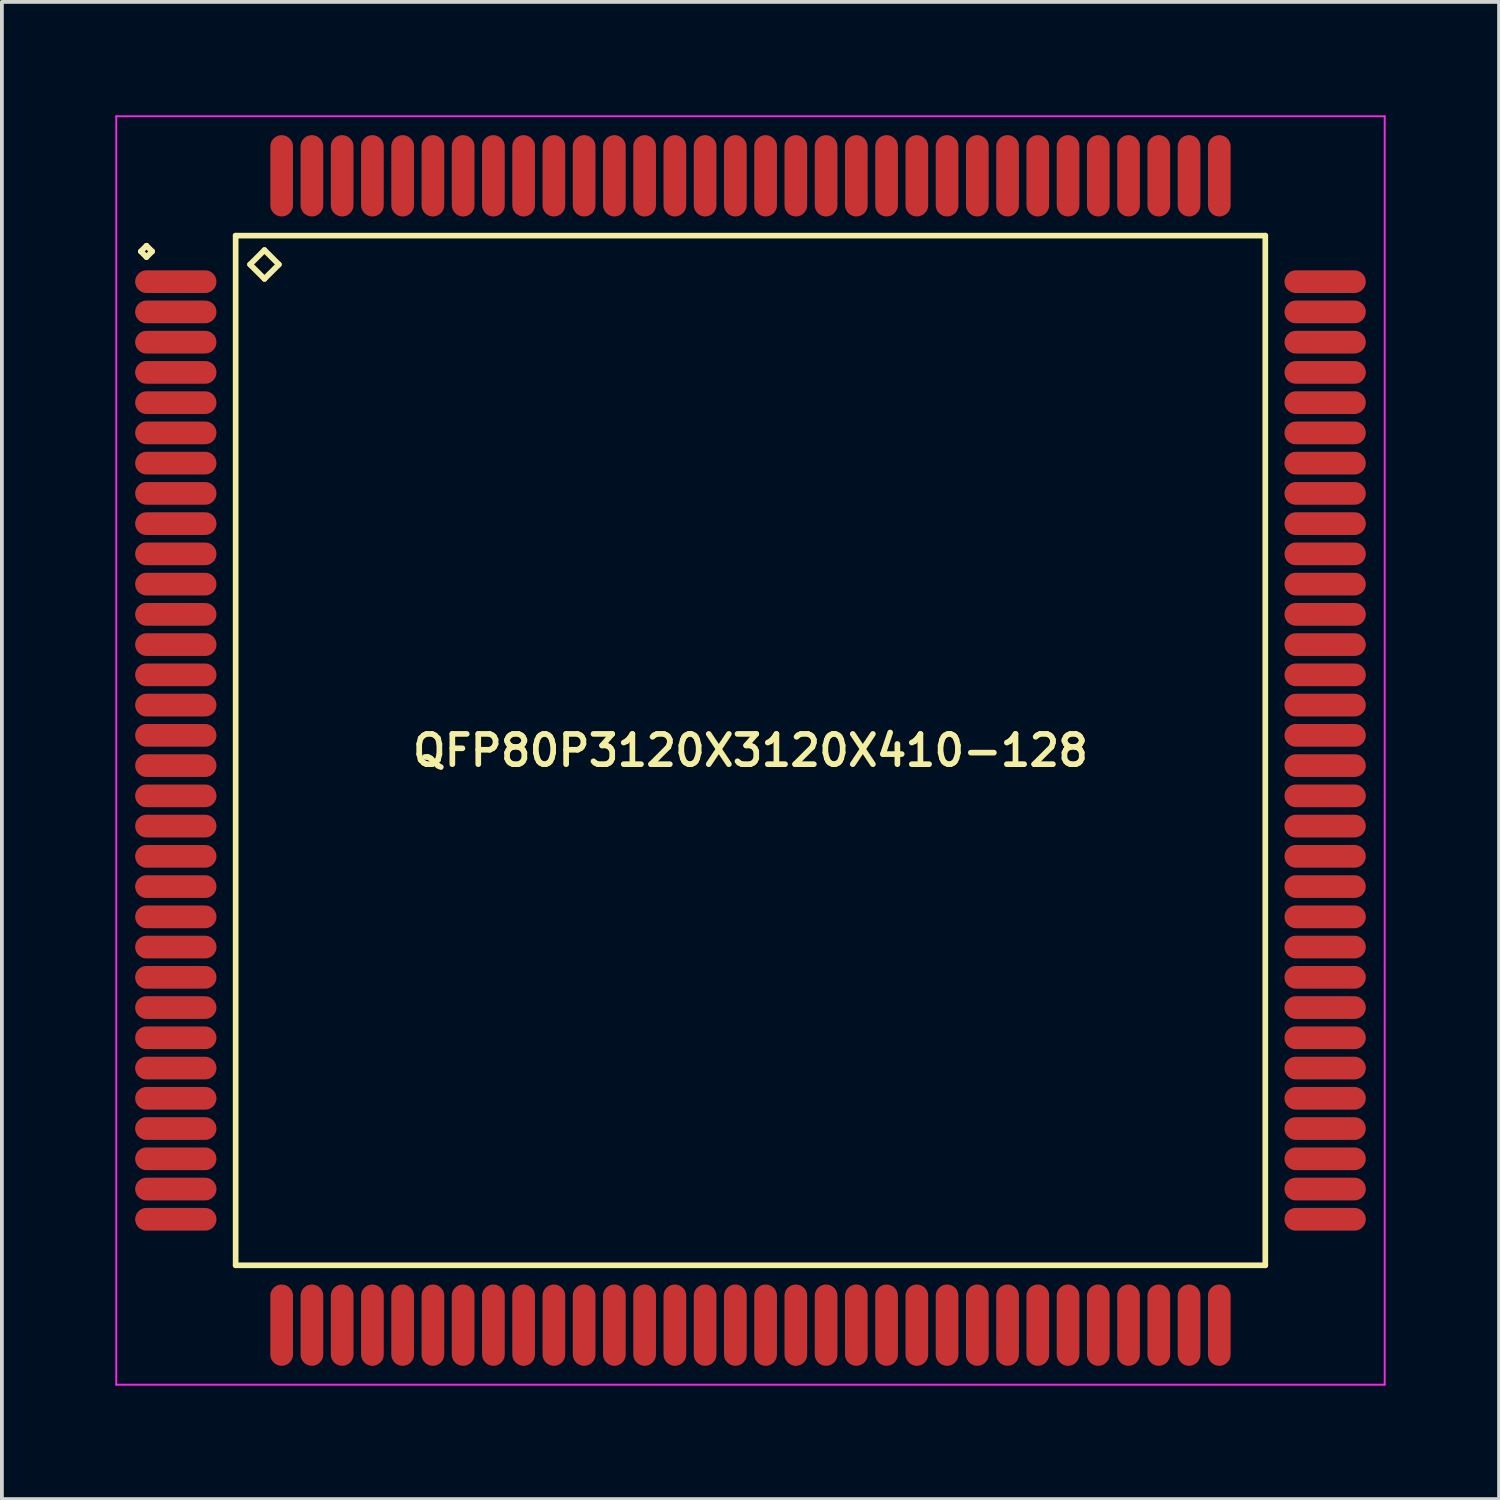
<source format=kicad_pcb>
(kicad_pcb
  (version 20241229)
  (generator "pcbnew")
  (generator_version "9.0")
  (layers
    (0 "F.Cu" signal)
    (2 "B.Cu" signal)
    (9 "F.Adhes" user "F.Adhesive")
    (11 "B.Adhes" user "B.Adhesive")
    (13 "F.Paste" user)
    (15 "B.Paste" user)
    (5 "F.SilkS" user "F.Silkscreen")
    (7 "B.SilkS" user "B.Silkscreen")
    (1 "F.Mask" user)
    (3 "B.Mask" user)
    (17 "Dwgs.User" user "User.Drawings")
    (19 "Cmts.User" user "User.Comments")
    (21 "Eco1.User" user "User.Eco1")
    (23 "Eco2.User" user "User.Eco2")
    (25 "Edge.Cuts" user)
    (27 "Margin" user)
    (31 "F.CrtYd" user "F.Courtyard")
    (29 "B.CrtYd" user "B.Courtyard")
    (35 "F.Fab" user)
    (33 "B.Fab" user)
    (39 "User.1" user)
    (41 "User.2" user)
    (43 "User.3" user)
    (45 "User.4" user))
  (footprint "QFP80P3120X3120X410-128"
    (layer "F.Cu")
    (at 16.8 16.8)
    (property "Reference" "QFP80P3120X3120X410-128" (at 0 0 0) (layer "F.SilkS") (effects (font (size 0.8 0.8) (thickness 0.15))))
    (attr smd)
    (fp_line (start -16.125 -13.2) (end -15.975 -13.35) (stroke (width 0.15) (type solid)) (layer "F.SilkS"))
    (fp_line (start -15.975 -13.35) (end -15.825 -13.2) (stroke (width 0.15) (type solid)) (layer "F.SilkS"))
    (fp_line (start -15.975 -13.05) (end -16.125 -13.2) (stroke (width 0.15) (type solid)) (layer "F.SilkS"))
    (fp_line (start -15.825 -13.2) (end -15.975 -13.05) (stroke (width 0.15) (type solid)) (layer "F.SilkS"))
    (fp_line (start -13.617 -13.617) (end -13.617 13.617) (stroke (width 0.15) (type solid)) (layer "F.SilkS"))
    (fp_line (start -13.617 13.617) (end 13.617 13.617) (stroke (width 0.15) (type solid)) (layer "F.SilkS"))
    (fp_line (start -13.236 -12.855) (end -12.855 -13.236) (stroke (width 0.15) (type solid)) (layer "F.SilkS"))
    (fp_line (start -12.855 -13.236) (end -12.474 -12.855) (stroke (width 0.15) (type solid)) (layer "F.SilkS"))
    (fp_line (start -12.855 -12.474) (end -13.236 -12.855) (stroke (width 0.15) (type solid)) (layer "F.SilkS"))
    (fp_line (start -12.474 -12.855) (end -12.855 -12.474) (stroke (width 0.15) (type solid)) (layer "F.SilkS"))
    (fp_line (start 13.617 -13.617) (end -13.617 -13.617) (stroke (width 0.15) (type solid)) (layer "F.SilkS"))
    (fp_line (start 13.617 13.617) (end 13.617 -13.617) (stroke (width 0.15) (type solid)) (layer "F.SilkS"))
    (fp_line (start -16.775 -16.775) (end 16.775 -16.775) (stroke (width 0.05) (type solid)) (layer "F.CrtYd"))
    (fp_line (start -16.775 16.775) (end -16.775 -16.775) (stroke (width 0.05) (type solid)) (layer "F.CrtYd"))
    (fp_line (start 16.775 -16.775) (end 16.775 16.775) (stroke (width 0.05) (type solid)) (layer "F.CrtYd"))
    (fp_line (start 16.775 16.775) (end -16.775 16.775) (stroke (width 0.05) (type solid)) (layer "F.CrtYd"))
    (pad "1" smd oval (at -15.2 -12.4) (size 2.15 0.6) (layers "F.Cu" "F.Mask" "F.Paste"))
    (pad "2" smd oval (at -15.2 -11.6) (size 2.15 0.6) (layers "F.Cu" "F.Mask" "F.Paste"))
    (pad "3" smd oval (at -15.2 -10.8) (size 2.15 0.6) (layers "F.Cu" "F.Mask" "F.Paste"))
    (pad "4" smd oval (at -15.2 -10) (size 2.15 0.6) (layers "F.Cu" "F.Mask" "F.Paste"))
    (pad "5" smd oval (at -15.2 -9.2) (size 2.15 0.6) (layers "F.Cu" "F.Mask" "F.Paste"))
    (pad "6" smd oval (at -15.2 -8.4) (size 2.15 0.6) (layers "F.Cu" "F.Mask" "F.Paste"))
    (pad "7" smd oval (at -15.2 -7.6) (size 2.15 0.6) (layers "F.Cu" "F.Mask" "F.Paste"))
    (pad "8" smd oval (at -15.2 -6.8) (size 2.15 0.6) (layers "F.Cu" "F.Mask" "F.Paste"))
    (pad "9" smd oval (at -15.2 -6) (size 2.15 0.6) (layers "F.Cu" "F.Mask" "F.Paste"))
    (pad "10" smd oval (at -15.2 -5.2) (size 2.15 0.6) (layers "F.Cu" "F.Mask" "F.Paste"))
    (pad "11" smd oval (at -15.2 -4.4) (size 2.15 0.6) (layers "F.Cu" "F.Mask" "F.Paste"))
    (pad "12" smd oval (at -15.2 -3.6) (size 2.15 0.6) (layers "F.Cu" "F.Mask" "F.Paste"))
    (pad "13" smd oval (at -15.2 -2.8) (size 2.15 0.6) (layers "F.Cu" "F.Mask" "F.Paste"))
    (pad "14" smd oval (at -15.2 -2) (size 2.15 0.6) (layers "F.Cu" "F.Mask" "F.Paste"))
    (pad "15" smd oval (at -15.2 -1.2) (size 2.15 0.6) (layers "F.Cu" "F.Mask" "F.Paste"))
    (pad "16" smd oval (at -15.2 -0.4) (size 2.15 0.6) (layers "F.Cu" "F.Mask" "F.Paste"))
    (pad "17" smd oval (at -15.2 0.4) (size 2.15 0.6) (layers "F.Cu" "F.Mask" "F.Paste"))
    (pad "18" smd oval (at -15.2 1.2) (size 2.15 0.6) (layers "F.Cu" "F.Mask" "F.Paste"))
    (pad "19" smd oval (at -15.2 2) (size 2.15 0.6) (layers "F.Cu" "F.Mask" "F.Paste"))
    (pad "20" smd oval (at -15.2 2.8) (size 2.15 0.6) (layers "F.Cu" "F.Mask" "F.Paste"))
    (pad "21" smd oval (at -15.2 3.6) (size 2.15 0.6) (layers "F.Cu" "F.Mask" "F.Paste"))
    (pad "22" smd oval (at -15.2 4.4) (size 2.15 0.6) (layers "F.Cu" "F.Mask" "F.Paste"))
    (pad "23" smd oval (at -15.2 5.2) (size 2.15 0.6) (layers "F.Cu" "F.Mask" "F.Paste"))
    (pad "24" smd oval (at -15.2 6) (size 2.15 0.6) (layers "F.Cu" "F.Mask" "F.Paste"))
    (pad "25" smd oval (at -15.2 6.8) (size 2.15 0.6) (layers "F.Cu" "F.Mask" "F.Paste"))
    (pad "26" smd oval (at -15.2 7.6) (size 2.15 0.6) (layers "F.Cu" "F.Mask" "F.Paste"))
    (pad "27" smd oval (at -15.2 8.4) (size 2.15 0.6) (layers "F.Cu" "F.Mask" "F.Paste"))
    (pad "28" smd oval (at -15.2 9.2) (size 2.15 0.6) (layers "F.Cu" "F.Mask" "F.Paste"))
    (pad "29" smd oval (at -15.2 10) (size 2.15 0.6) (layers "F.Cu" "F.Mask" "F.Paste"))
    (pad "30" smd oval (at -15.2 10.8) (size 2.15 0.6) (layers "F.Cu" "F.Mask" "F.Paste"))
    (pad "31" smd oval (at -15.2 11.6) (size 2.15 0.6) (layers "F.Cu" "F.Mask" "F.Paste"))
    (pad "32" smd oval (at -15.2 12.4) (size 2.15 0.6) (layers "F.Cu" "F.Mask" "F.Paste"))
    (pad "33" smd oval (at -12.4 15.2) (size 0.6 2.15) (layers "F.Cu" "F.Mask" "F.Paste"))
    (pad "34" smd oval (at -11.6 15.2) (size 0.6 2.15) (layers "F.Cu" "F.Mask" "F.Paste"))
    (pad "35" smd oval (at -10.8 15.2) (size 0.6 2.15) (layers "F.Cu" "F.Mask" "F.Paste"))
    (pad "36" smd oval (at -10 15.2) (size 0.6 2.15) (layers "F.Cu" "F.Mask" "F.Paste"))
    (pad "37" smd oval (at -9.2 15.2) (size 0.6 2.15) (layers "F.Cu" "F.Mask" "F.Paste"))
    (pad "38" smd oval (at -8.4 15.2) (size 0.6 2.15) (layers "F.Cu" "F.Mask" "F.Paste"))
    (pad "39" smd oval (at -7.6 15.2) (size 0.6 2.15) (layers "F.Cu" "F.Mask" "F.Paste"))
    (pad "40" smd oval (at -6.8 15.2) (size 0.6 2.15) (layers "F.Cu" "F.Mask" "F.Paste"))
    (pad "41" smd oval (at -6 15.2) (size 0.6 2.15) (layers "F.Cu" "F.Mask" "F.Paste"))
    (pad "42" smd oval (at -5.2 15.2) (size 0.6 2.15) (layers "F.Cu" "F.Mask" "F.Paste"))
    (pad "43" smd oval (at -4.4 15.2) (size 0.6 2.15) (layers "F.Cu" "F.Mask" "F.Paste"))
    (pad "44" smd oval (at -3.6 15.2) (size 0.6 2.15) (layers "F.Cu" "F.Mask" "F.Paste"))
    (pad "45" smd oval (at -2.8 15.2) (size 0.6 2.15) (layers "F.Cu" "F.Mask" "F.Paste"))
    (pad "46" smd oval (at -2 15.2) (size 0.6 2.15) (layers "F.Cu" "F.Mask" "F.Paste"))
    (pad "47" smd oval (at -1.2 15.2) (size 0.6 2.15) (layers "F.Cu" "F.Mask" "F.Paste"))
    (pad "48" smd oval (at -0.4 15.2) (size 0.6 2.15) (layers "F.Cu" "F.Mask" "F.Paste"))
    (pad "49" smd oval (at 0.4 15.2) (size 0.6 2.15) (layers "F.Cu" "F.Mask" "F.Paste"))
    (pad "50" smd oval (at 1.2 15.2) (size 0.6 2.15) (layers "F.Cu" "F.Mask" "F.Paste"))
    (pad "51" smd oval (at 2 15.2) (size 0.6 2.15) (layers "F.Cu" "F.Mask" "F.Paste"))
    (pad "52" smd oval (at 2.8 15.2) (size 0.6 2.15) (layers "F.Cu" "F.Mask" "F.Paste"))
    (pad "53" smd oval (at 3.6 15.2) (size 0.6 2.15) (layers "F.Cu" "F.Mask" "F.Paste"))
    (pad "54" smd oval (at 4.4 15.2) (size 0.6 2.15) (layers "F.Cu" "F.Mask" "F.Paste"))
    (pad "55" smd oval (at 5.2 15.2) (size 0.6 2.15) (layers "F.Cu" "F.Mask" "F.Paste"))
    (pad "56" smd oval (at 6 15.2) (size 0.6 2.15) (layers "F.Cu" "F.Mask" "F.Paste"))
    (pad "57" smd oval (at 6.8 15.2) (size 0.6 2.15) (layers "F.Cu" "F.Mask" "F.Paste"))
    (pad "58" smd oval (at 7.6 15.2) (size 0.6 2.15) (layers "F.Cu" "F.Mask" "F.Paste"))
    (pad "59" smd oval (at 8.4 15.2) (size 0.6 2.15) (layers "F.Cu" "F.Mask" "F.Paste"))
    (pad "60" smd oval (at 9.2 15.2) (size 0.6 2.15) (layers "F.Cu" "F.Mask" "F.Paste"))
    (pad "61" smd oval (at 10 15.2) (size 0.6 2.15) (layers "F.Cu" "F.Mask" "F.Paste"))
    (pad "62" smd oval (at 10.8 15.2) (size 0.6 2.15) (layers "F.Cu" "F.Mask" "F.Paste"))
    (pad "63" smd oval (at 11.6 15.2) (size 0.6 2.15) (layers "F.Cu" "F.Mask" "F.Paste"))
    (pad "64" smd oval (at 12.4 15.2) (size 0.6 2.15) (layers "F.Cu" "F.Mask" "F.Paste"))
    (pad "65" smd oval (at 15.2 12.4) (size 2.15 0.6) (layers "F.Cu" "F.Mask" "F.Paste"))
    (pad "66" smd oval (at 15.2 11.6) (size 2.15 0.6) (layers "F.Cu" "F.Mask" "F.Paste"))
    (pad "67" smd oval (at 15.2 10.8) (size 2.15 0.6) (layers "F.Cu" "F.Mask" "F.Paste"))
    (pad "68" smd oval (at 15.2 10) (size 2.15 0.6) (layers "F.Cu" "F.Mask" "F.Paste"))
    (pad "69" smd oval (at 15.2 9.2) (size 2.15 0.6) (layers "F.Cu" "F.Mask" "F.Paste"))
    (pad "70" smd oval (at 15.2 8.4) (size 2.15 0.6) (layers "F.Cu" "F.Mask" "F.Paste"))
    (pad "71" smd oval (at 15.2 7.6) (size 2.15 0.6) (layers "F.Cu" "F.Mask" "F.Paste"))
    (pad "72" smd oval (at 15.2 6.8) (size 2.15 0.6) (layers "F.Cu" "F.Mask" "F.Paste"))
    (pad "73" smd oval (at 15.2 6) (size 2.15 0.6) (layers "F.Cu" "F.Mask" "F.Paste"))
    (pad "74" smd oval (at 15.2 5.2) (size 2.15 0.6) (layers "F.Cu" "F.Mask" "F.Paste"))
    (pad "75" smd oval (at 15.2 4.4) (size 2.15 0.6) (layers "F.Cu" "F.Mask" "F.Paste"))
    (pad "76" smd oval (at 15.2 3.6) (size 2.15 0.6) (layers "F.Cu" "F.Mask" "F.Paste"))
    (pad "77" smd oval (at 15.2 2.8) (size 2.15 0.6) (layers "F.Cu" "F.Mask" "F.Paste"))
    (pad "78" smd oval (at 15.2 2) (size 2.15 0.6) (layers "F.Cu" "F.Mask" "F.Paste"))
    (pad "79" smd oval (at 15.2 1.2) (size 2.15 0.6) (layers "F.Cu" "F.Mask" "F.Paste"))
    (pad "80" smd oval (at 15.2 0.4) (size 2.15 0.6) (layers "F.Cu" "F.Mask" "F.Paste"))
    (pad "81" smd oval (at 15.2 -0.4) (size 2.15 0.6) (layers "F.Cu" "F.Mask" "F.Paste"))
    (pad "82" smd oval (at 15.2 -1.2) (size 2.15 0.6) (layers "F.Cu" "F.Mask" "F.Paste"))
    (pad "83" smd oval (at 15.2 -2) (size 2.15 0.6) (layers "F.Cu" "F.Mask" "F.Paste"))
    (pad "84" smd oval (at 15.2 -2.8) (size 2.15 0.6) (layers "F.Cu" "F.Mask" "F.Paste"))
    (pad "85" smd oval (at 15.2 -3.6) (size 2.15 0.6) (layers "F.Cu" "F.Mask" "F.Paste"))
    (pad "86" smd oval (at 15.2 -4.4) (size 2.15 0.6) (layers "F.Cu" "F.Mask" "F.Paste"))
    (pad "87" smd oval (at 15.2 -5.2) (size 2.15 0.6) (layers "F.Cu" "F.Mask" "F.Paste"))
    (pad "88" smd oval (at 15.2 -6) (size 2.15 0.6) (layers "F.Cu" "F.Mask" "F.Paste"))
    (pad "89" smd oval (at 15.2 -6.8) (size 2.15 0.6) (layers "F.Cu" "F.Mask" "F.Paste"))
    (pad "90" smd oval (at 15.2 -7.6) (size 2.15 0.6) (layers "F.Cu" "F.Mask" "F.Paste"))
    (pad "91" smd oval (at 15.2 -8.4) (size 2.15 0.6) (layers "F.Cu" "F.Mask" "F.Paste"))
    (pad "92" smd oval (at 15.2 -9.2) (size 2.15 0.6) (layers "F.Cu" "F.Mask" "F.Paste"))
    (pad "93" smd oval (at 15.2 -10) (size 2.15 0.6) (layers "F.Cu" "F.Mask" "F.Paste"))
    (pad "94" smd oval (at 15.2 -10.8) (size 2.15 0.6) (layers "F.Cu" "F.Mask" "F.Paste"))
    (pad "95" smd oval (at 15.2 -11.6) (size 2.15 0.6) (layers "F.Cu" "F.Mask" "F.Paste"))
    (pad "96" smd oval (at 15.2 -12.4) (size 2.15 0.6) (layers "F.Cu" "F.Mask" "F.Paste"))
    (pad "97" smd oval (at 12.4 -15.2) (size 0.6 2.15) (layers "F.Cu" "F.Mask" "F.Paste"))
    (pad "98" smd oval (at 11.6 -15.2) (size 0.6 2.15) (layers "F.Cu" "F.Mask" "F.Paste"))
    (pad "99" smd oval (at 10.8 -15.2) (size 0.6 2.15) (layers "F.Cu" "F.Mask" "F.Paste"))
    (pad "100" smd oval (at 10 -15.2) (size 0.6 2.15) (layers "F.Cu" "F.Mask" "F.Paste"))
    (pad "101" smd oval (at 9.2 -15.2) (size 0.6 2.15) (layers "F.Cu" "F.Mask" "F.Paste"))
    (pad "102" smd oval (at 8.4 -15.2) (size 0.6 2.15) (layers "F.Cu" "F.Mask" "F.Paste"))
    (pad "103" smd oval (at 7.6 -15.2) (size 0.6 2.15) (layers "F.Cu" "F.Mask" "F.Paste"))
    (pad "104" smd oval (at 6.8 -15.2) (size 0.6 2.15) (layers "F.Cu" "F.Mask" "F.Paste"))
    (pad "105" smd oval (at 6 -15.2) (size 0.6 2.15) (layers "F.Cu" "F.Mask" "F.Paste"))
    (pad "106" smd oval (at 5.2 -15.2) (size 0.6 2.15) (layers "F.Cu" "F.Mask" "F.Paste"))
    (pad "107" smd oval (at 4.4 -15.2) (size 0.6 2.15) (layers "F.Cu" "F.Mask" "F.Paste"))
    (pad "108" smd oval (at 3.6 -15.2) (size 0.6 2.15) (layers "F.Cu" "F.Mask" "F.Paste"))
    (pad "109" smd oval (at 2.8 -15.2) (size 0.6 2.15) (layers "F.Cu" "F.Mask" "F.Paste"))
    (pad "110" smd oval (at 2 -15.2) (size 0.6 2.15) (layers "F.Cu" "F.Mask" "F.Paste"))
    (pad "111" smd oval (at 1.2 -15.2) (size 0.6 2.15) (layers "F.Cu" "F.Mask" "F.Paste"))
    (pad "112" smd oval (at 0.4 -15.2) (size 0.6 2.15) (layers "F.Cu" "F.Mask" "F.Paste"))
    (pad "113" smd oval (at -0.4 -15.2) (size 0.6 2.15) (layers "F.Cu" "F.Mask" "F.Paste"))
    (pad "114" smd oval (at -1.2 -15.2) (size 0.6 2.15) (layers "F.Cu" "F.Mask" "F.Paste"))
    (pad "115" smd oval (at -2 -15.2) (size 0.6 2.15) (layers "F.Cu" "F.Mask" "F.Paste"))
    (pad "116" smd oval (at -2.8 -15.2) (size 0.6 2.15) (layers "F.Cu" "F.Mask" "F.Paste"))
    (pad "117" smd oval (at -3.6 -15.2) (size 0.6 2.15) (layers "F.Cu" "F.Mask" "F.Paste"))
    (pad "118" smd oval (at -4.4 -15.2) (size 0.6 2.15) (layers "F.Cu" "F.Mask" "F.Paste"))
    (pad "119" smd oval (at -5.2 -15.2) (size 0.6 2.15) (layers "F.Cu" "F.Mask" "F.Paste"))
    (pad "120" smd oval (at -6 -15.2) (size 0.6 2.15) (layers "F.Cu" "F.Mask" "F.Paste"))
    (pad "121" smd oval (at -6.8 -15.2) (size 0.6 2.15) (layers "F.Cu" "F.Mask" "F.Paste"))
    (pad "122" smd oval (at -7.6 -15.2) (size 0.6 2.15) (layers "F.Cu" "F.Mask" "F.Paste"))
    (pad "123" smd oval (at -8.4 -15.2) (size 0.6 2.15) (layers "F.Cu" "F.Mask" "F.Paste"))
    (pad "124" smd oval (at -9.2 -15.2) (size 0.6 2.15) (layers "F.Cu" "F.Mask" "F.Paste"))
    (pad "125" smd oval (at -10 -15.2) (size 0.6 2.15) (layers "F.Cu" "F.Mask" "F.Paste"))
    (pad "126" smd oval (at -10.8 -15.2) (size 0.6 2.15) (layers "F.Cu" "F.Mask" "F.Paste"))
    (pad "127" smd oval (at -11.6 -15.2) (size 0.6 2.15) (layers "F.Cu" "F.Mask" "F.Paste"))
    (pad "128" smd oval (at -12.4 -15.2) (size 0.6 2.15) (layers "F.Cu" "F.Mask" "F.Paste")))
  (gr_rect
    (start -3 -3)
    (end 36.6 36.6)
    (stroke (width 0.1) (type default))
    (fill no)
    (layer "Edge.Cuts")))
</source>
